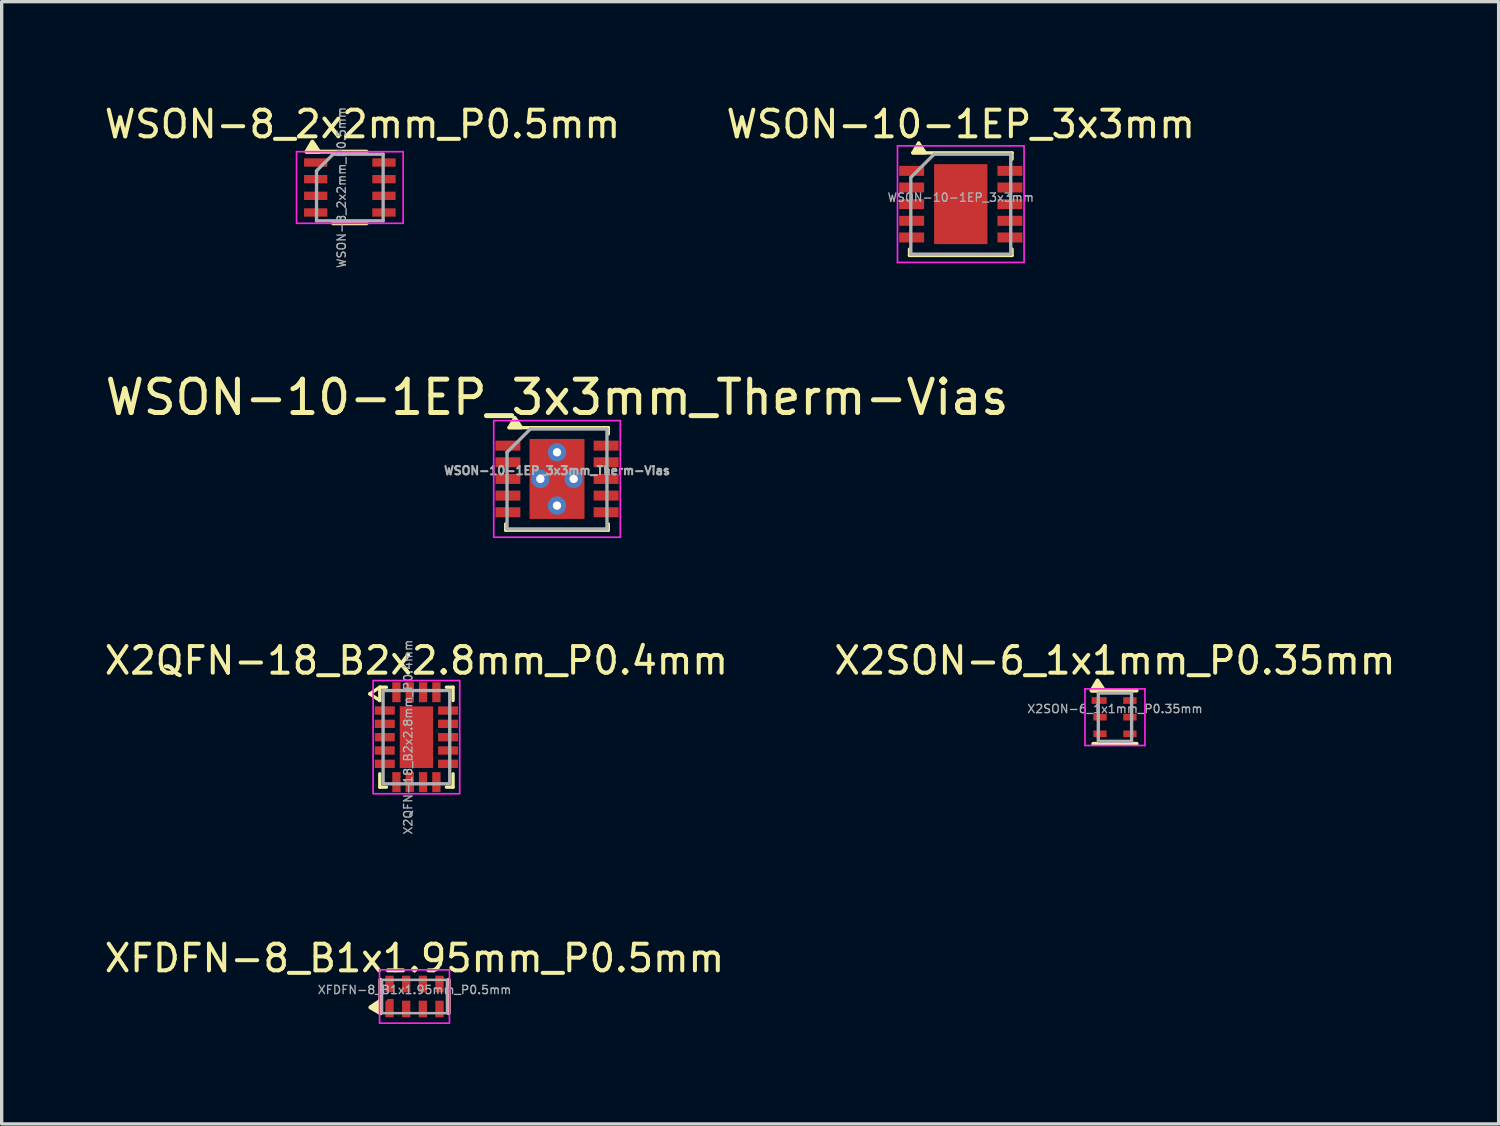
<source format=kicad_pcb>
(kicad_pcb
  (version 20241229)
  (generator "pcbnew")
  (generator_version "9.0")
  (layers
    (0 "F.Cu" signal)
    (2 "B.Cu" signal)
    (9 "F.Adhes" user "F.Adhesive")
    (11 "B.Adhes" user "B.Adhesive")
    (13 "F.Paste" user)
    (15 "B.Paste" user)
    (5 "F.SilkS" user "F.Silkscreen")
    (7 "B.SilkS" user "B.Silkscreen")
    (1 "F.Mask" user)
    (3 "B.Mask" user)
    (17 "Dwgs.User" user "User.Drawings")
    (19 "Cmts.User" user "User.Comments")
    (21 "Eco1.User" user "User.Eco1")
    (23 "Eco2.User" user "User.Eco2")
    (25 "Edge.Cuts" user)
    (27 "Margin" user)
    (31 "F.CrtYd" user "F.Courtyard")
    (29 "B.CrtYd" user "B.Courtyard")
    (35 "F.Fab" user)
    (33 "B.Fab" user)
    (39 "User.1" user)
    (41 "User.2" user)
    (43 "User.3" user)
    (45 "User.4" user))
  (footprint "WSON-10-1EP_3x3mm_Therm-Vias"
    (layer "F.Cu")
    (at 13.673 11.329)
    (property "Reference" "WSON-10-1EP_3x3mm_Therm-Vias" (at 0 -2.45 0) (layer "F.SilkS") (effects (font (size 1 1) (thickness 0.15))))
    (attr smd)
    (fp_line (start -1.54 1.54) (end -1.54 1.35) (stroke (width 0.1) (type default)) (layer "F.SilkS"))
    (fp_line (start -1.54 1.54) (end 1.54 1.54) (stroke (width 0.1) (type solid)) (layer "F.SilkS"))
    (fp_line (start -1.44 -1.54) (end 1.54 -1.54) (stroke (width 0.1) (type solid)) (layer "F.SilkS"))
    (fp_line (start 1.54 -1.54) (end 1.54 -1.35) (stroke (width 0.1) (type default)) (layer "F.SilkS"))
    (fp_line (start 1.54 1.54) (end 1.54 1.35) (stroke (width 0.1) (type default)) (layer "F.SilkS"))
    (fp_poly (pts (xy -1.44 -1.54) (xy -1.265 -1.84) (xy -1.065 -1.54)) (stroke (width 0.1) (type solid)) (fill yes) (layer "F.SilkS"))
    (fp_line (start -1.9 -1.75) (end -1.9 1.75) (stroke (width 0.05) (type solid)) (layer "F.CrtYd"))
    (fp_line (start -1.9 -1.75) (end 1.9 -1.75) (stroke (width 0.05) (type solid)) (layer "F.CrtYd"))
    (fp_line (start -1.9 1.75) (end 1.9 1.75) (stroke (width 0.05) (type solid)) (layer "F.CrtYd"))
    (fp_line (start 1.9 -1.75) (end 1.9 1.75) (stroke (width 0.05) (type solid)) (layer "F.CrtYd"))
    (fp_line (start -1.5 1.5) (end -1.5 -0.8) (stroke (width 0.1) (type solid)) (layer "F.Fab"))
    (fp_line (start -0.8 -1.5) (end -1.5 -0.8) (stroke (width 0.1) (type solid)) (layer "F.Fab"))
    (fp_line (start -0.8 -1.5) (end 1.5 -1.5) (stroke (width 0.1) (type solid)) (layer "F.Fab"))
    (fp_line (start 1.5 -1.5) (end 1.5 1.5) (stroke (width 0.1) (type solid)) (layer "F.Fab"))
    (fp_line (start 1.5 1.5) (end -1.5 1.5) (stroke (width 0.1) (type solid)) (layer "F.Fab"))
    (fp_text user "${REFERENCE}" (at 0 -0.25 0) (layer "F.Fab") (effects (font (size 0.25 0.25) (thickness 0.062))))
    (pad "" smd rect (at -0.405 -0.5) (size 0.59 0.8) (layers "F.Paste"))
    (pad "" smd rect (at -0.405 0.5) (size 0.59 0.8) (layers "F.Paste"))
    (pad "" smd rect (at 0.405 -0.5) (size 0.59 0.8) (layers "F.Paste"))
    (pad "" smd rect (at 0.405 0.5) (size 0.59 0.8) (layers "F.Paste"))
    (pad "1" smd rect (at -1.475 -1) (size 0.75 0.3) (layers "F.Cu" "F.Mask" "F.Paste"))
    (pad "2" smd rect (at -1.475 -0.5) (size 0.75 0.3) (layers "F.Cu" "F.Mask" "F.Paste"))
    (pad "3" smd rect (at -1.475 0) (size 0.75 0.3) (layers "F.Cu" "F.Mask" "F.Paste"))
    (pad "4" smd rect (at -1.475 0.5) (size 0.75 0.3) (layers "F.Cu" "F.Mask" "F.Paste"))
    (pad "5" smd rect (at -1.475 1) (size 0.75 0.3) (layers "F.Cu" "F.Mask" "F.Paste"))
    (pad "6" smd rect (at 1.475 1) (size 0.75 0.3) (layers "F.Cu" "F.Mask" "F.Paste"))
    (pad "7" smd rect (at 1.475 0.5) (size 0.75 0.3) (layers "F.Cu" "F.Mask" "F.Paste"))
    (pad "8" smd rect (at 1.475 0) (size 0.75 0.3) (layers "F.Cu" "F.Mask" "F.Paste"))
    (pad "9" smd rect (at 1.475 -0.5) (size 0.75 0.3) (layers "F.Cu" "F.Mask" "F.Paste"))
    (pad "10" smd rect (at 1.475 -1) (size 0.75 0.3) (layers "F.Cu" "F.Mask" "F.Paste"))
    (pad "11" thru_hole circle (at -0.5 0) (size 0.55 0.55) (drill 0.25) (layers "*.Cu" "*.Mask"))
    (pad "11" thru_hole circle (at 0 -0.8) (size 0.55 0.55) (drill 0.25) (layers "*.Cu" "*.Mask"))
    (pad "11" smd rect (at 0 0) (size 1.65 2.4) (layers "F.Cu" "F.Mask"))
    (pad "11" thru_hole circle (at 0 0.8) (size 0.55 0.55) (drill 0.25) (layers "*.Cu" "*.Mask"))
    (pad "11" thru_hole circle (at 0.5 0) (size 0.55 0.55) (drill 0.25) (layers "*.Cu" "*.Mask")))
  (footprint "XFDFN-8_B1x1.95mm_P0.5mm"
    (layer "F.Cu")
    (at 9.395 26.868)
    (property "Reference" "XFDFN-8_B1x1.95mm_P0.5mm" (at 0 -1.15 0) (unlocked yes) (layer "F.SilkS") (effects (font (size 0.8 0.8) (thickness 0.12))))
    (attr smd)
    (fp_line (start -1.025 -0.5) (end -1.025 0.5) (stroke (width 0.12) (type default)) (layer "F.SilkS"))
    (fp_line (start 1.025 -0.5) (end 1.025 0.5) (stroke (width 0.12) (type default)) (layer "F.SilkS"))
    (fp_poly (pts (xy -1.025 0.5) (xy -1.325 0.325) (xy -1.025 0.125)) (stroke (width 0.12) (type solid)) (fill yes) (layer "F.SilkS"))
    (fp_rect (start -1.05 -0.8) (end 1.05 0.8) (stroke (width 0.05) (type default)) (fill no) (layer "F.CrtYd"))
    (fp_rect (start -0.975 0.5) (end 0.975 -0.5) (stroke (width 0.075) (type default)) (fill no) (layer "F.Fab"))
    (fp_text user "${REFERENCE}" (at 0 -0.2 0) (unlocked yes) (layer "F.Fab") (effects (font (size 0.25 0.25) (thickness 0.04))))
    (pad "1" smd roundrect (at -0.75 0.35) (size 0.25 0.55) (layers "F.Cu" "F.Mask" "F.Paste") (roundrect_rratio 0) (chamfer_ratio 0.3) (chamfer top_left))
    (pad "2" smd rect (at -0.25 0.375) (size 0.25 0.5) (layers "F.Cu" "F.Mask" "F.Paste"))
    (pad "3" smd rect (at 0.25 0.375) (size 0.25 0.5) (layers "F.Cu" "F.Mask" "F.Paste"))
    (pad "4" smd rect (at 0.75 0.375) (size 0.25 0.5) (layers "F.Cu" "F.Mask" "F.Paste"))
    (pad "5" smd rect (at 0.75 -0.375) (size 0.25 0.5) (layers "F.Cu" "F.Mask" "F.Paste"))
    (pad "6" smd rect (at 0.25 -0.375) (size 0.25 0.5) (layers "F.Cu" "F.Mask" "F.Paste"))
    (pad "7" smd rect (at -0.25 -0.375) (size 0.25 0.5) (layers "F.Cu" "F.Mask" "F.Paste"))
    (pad "8" smd rect (at -0.75 -0.375) (size 0.25 0.5) (layers "F.Cu" "F.Mask" "F.Paste")))
  (footprint "WSON-8_2x2mm_P0.5mm"
    (layer "F.Cu")
    (at 7.453 2.579)
    (property "Reference" "WSON-8_2x2mm_P0.5mm" (at 0.38 -1.9 0) (layer "F.SilkS") (effects (font (size 0.8 0.8) (thickness 0.12))))
    (attr smd)
    (fp_line (start -1.3 -1.075) (end 0.5 -1.075) (stroke (width 0.12) (type solid)) (layer "F.SilkS"))
    (fp_line (start 0.5 1.075) (end -0.5 1.075) (stroke (width 0.12) (type solid)) (layer "F.SilkS"))
    (fp_poly (pts (xy -1.3 -1.075) (xy -1.125 -1.375) (xy -0.925 -1.075)) (stroke (width 0.12) (type solid)) (fill yes) (layer "F.SilkS"))
    (fp_line (start -1.6 -1.075) (end -1.6 1.075) (stroke (width 0.05) (type solid)) (layer "F.CrtYd"))
    (fp_line (start -1.6 -1.075) (end 1.6 -1.075) (stroke (width 0.05) (type solid)) (layer "F.CrtYd"))
    (fp_line (start -1.6 1.075) (end 1.6 1.075) (stroke (width 0.05) (type solid)) (layer "F.CrtYd"))
    (fp_line (start 1.6 -1.075) (end 1.6 1.075) (stroke (width 0.05) (type solid)) (layer "F.CrtYd"))
    (fp_line (start -1 1) (end -1 -0.5) (stroke (width 0.1) (type solid)) (layer "F.Fab"))
    (fp_line (start -0.5 -1) (end -1 -0.5) (stroke (width 0.1) (type solid)) (layer "F.Fab"))
    (fp_line (start -0.5 -1) (end 1 -1) (stroke (width 0.1) (type solid)) (layer "F.Fab"))
    (fp_line (start 1 -1) (end 1 1) (stroke (width 0.1) (type solid)) (layer "F.Fab"))
    (fp_line (start 1 1) (end -1 1) (stroke (width 0.1) (type solid)) (layer "F.Fab"))
    (fp_text user "${REFERENCE}" (at -0.25 0 90) (layer "F.Fab") (effects (font (size 0.25 0.25) (thickness 0.04))))
    (pad "1" smd rect (at -1.025 -0.75) (size 0.7 0.25) (layers "F.Cu" "F.Mask" "F.Paste"))
    (pad "2" smd rect (at -1.025 -0.25) (size 0.7 0.25) (layers "F.Cu" "F.Mask" "F.Paste"))
    (pad "3" smd rect (at -1.025 0.25) (size 0.7 0.25) (layers "F.Cu" "F.Mask" "F.Paste"))
    (pad "4" smd rect (at -1.025 0.75) (size 0.7 0.25) (layers "F.Cu" "F.Mask" "F.Paste"))
    (pad "5" smd rect (at 1.025 0.75) (size 0.7 0.25) (layers "F.Cu" "F.Mask" "F.Paste"))
    (pad "6" smd rect (at 1.025 0.25) (size 0.7 0.25) (layers "F.Cu" "F.Mask" "F.Paste"))
    (pad "7" smd rect (at 1.025 -0.25) (size 0.7 0.25) (layers "F.Cu" "F.Mask" "F.Paste"))
    (pad "8" smd rect (at 1.025 -0.75) (size 0.7 0.25) (layers "F.Cu" "F.Mask" "F.Paste")))
  (footprint "X2SON-6_1x1mm_P0.35mm"
    (layer "F.Cu")
    (at 30.424 18.482)
    (property "Reference" "X2SON-6_1x1mm_P0.35mm" (at 0 -1.7 0) (layer "F.SilkS") (effects (font (size 0.8 0.8) (thickness 0.12))))
    (attr smd)
    (fp_line (start -0.7 -0.8) (end 0.65 -0.8) (stroke (width 0.12) (type solid)) (layer "F.SilkS"))
    (fp_line (start -0.65 0.8) (end 0.65 0.8) (stroke (width 0.12) (type solid)) (layer "F.SilkS"))
    (fp_poly (pts (xy -0.7 -0.8) (xy -0.525 -1.1) (xy -0.325 -0.8)) (stroke (width 0.12) (type solid)) (fill yes) (layer "F.SilkS"))
    (fp_line (start -0.9 0.85) (end -0.9 -0.85) (stroke (width 0.05) (type solid)) (layer "F.CrtYd"))
    (fp_line (start -0.9 0.85) (end 0.9 0.85) (stroke (width 0.05) (type solid)) (layer "F.CrtYd"))
    (fp_line (start 0.9 -0.85) (end -0.9 -0.85) (stroke (width 0.05) (type solid)) (layer "F.CrtYd"))
    (fp_line (start 0.9 -0.85) (end 0.9 0.85) (stroke (width 0.05) (type solid)) (layer "F.CrtYd"))
    (fp_rect (start -0.5 0.725) (end 0.5 -0.725) (stroke (width 0.1) (type default)) (fill no) (layer "F.Fab"))
    (fp_text user "${REFERENCE}" (at 0 -0.25 0) (layer "F.Fab") (effects (font (size 0.25 0.25) (thickness 0.04) (bold yes))))
    (pad "1" smd rect (at -0.475 -0.5 270) (size 0.2 0.45) (layers "F.Cu" "F.Mask" "F.Paste"))
    (pad "2" smd rect (at -0.45 0 270) (size 0.2 0.4) (layers "F.Cu" "F.Mask" "F.Paste"))
    (pad "3" smd rect (at -0.45 0.5 270) (size 0.2 0.4) (layers "F.Cu" "F.Mask" "F.Paste"))
    (pad "4" smd rect (at 0.45 0.5 270) (size 0.2 0.4) (layers "F.Cu" "F.Mask" "F.Paste"))
    (pad "5" smd rect (at 0.45 0 270) (size 0.2 0.4) (layers "F.Cu" "F.Mask" "F.Paste"))
    (pad "6" smd rect (at 0.45 -0.5 270) (size 0.2 0.4) (layers "F.Cu" "F.Mask" "F.Paste")))
  (footprint "WSON-10-1EP_3x3mm"
    (layer "F.Cu")
    (at 25.795 3.079)
    (property "Reference" "WSON-10-1EP_3x3mm" (at 0 -2.4 0) (layer "F.SilkS") (effects (font (size 0.8 0.8) (thickness 0.12))))
    (attr smd)
    (fp_line (start -1.54 1.54) (end -1.54 1.35) (stroke (width 0.1) (type default)) (layer "F.SilkS"))
    (fp_line (start -1.54 1.54) (end 1.54 1.54) (stroke (width 0.1) (type solid)) (layer "F.SilkS"))
    (fp_line (start -1.44 -1.54) (end 1.54 -1.54) (stroke (width 0.1) (type solid)) (layer "F.SilkS"))
    (fp_line (start 1.54 -1.54) (end 1.54 -1.35) (stroke (width 0.1) (type default)) (layer "F.SilkS"))
    (fp_line (start 1.54 1.54) (end 1.54 1.35) (stroke (width 0.1) (type default)) (layer "F.SilkS"))
    (fp_poly (pts (xy -1.44 -1.54) (xy -1.265 -1.84) (xy -1.065 -1.54)) (stroke (width 0.1) (type solid)) (fill yes) (layer "F.SilkS"))
    (fp_line (start -1.9 -1.75) (end -1.9 1.75) (stroke (width 0.05) (type solid)) (layer "F.CrtYd"))
    (fp_line (start -1.9 -1.75) (end 1.9 -1.75) (stroke (width 0.05) (type solid)) (layer "F.CrtYd"))
    (fp_line (start -1.9 1.75) (end 1.9 1.75) (stroke (width 0.05) (type solid)) (layer "F.CrtYd"))
    (fp_line (start 1.9 -1.75) (end 1.9 1.75) (stroke (width 0.05) (type solid)) (layer "F.CrtYd"))
    (fp_line (start -1.5 1.5) (end -1.5 -0.8) (stroke (width 0.1) (type solid)) (layer "F.Fab"))
    (fp_line (start -0.8 -1.5) (end -1.5 -0.8) (stroke (width 0.1) (type solid)) (layer "F.Fab"))
    (fp_line (start -0.8 -1.5) (end 1.5 -1.5) (stroke (width 0.1) (type solid)) (layer "F.Fab"))
    (fp_line (start 1.5 -1.5) (end 1.5 1.5) (stroke (width 0.1) (type solid)) (layer "F.Fab"))
    (fp_line (start 1.5 1.5) (end -1.5 1.5) (stroke (width 0.1) (type solid)) (layer "F.Fab"))
    (fp_text user "${REFERENCE}" (at 0 -0.2 0) (layer "F.Fab") (effects (font (size 0.25 0.25) (thickness 0.04))))
    (pad "" smd rect (at -0.405 -0.5) (size 0.59 0.8) (layers "F.Paste"))
    (pad "" smd rect (at -0.405 0.5) (size 0.59 0.8) (layers "F.Paste"))
    (pad "" smd rect (at 0.405 -0.5) (size 0.59 0.8) (layers "F.Paste"))
    (pad "" smd rect (at 0.405 0.5) (size 0.59 0.8) (layers "F.Paste"))
    (pad "1" smd rect (at -1.475 -1) (size 0.75 0.3) (layers "F.Cu" "F.Mask" "F.Paste"))
    (pad "2" smd rect (at -1.475 -0.5) (size 0.75 0.3) (layers "F.Cu" "F.Mask" "F.Paste"))
    (pad "3" smd rect (at -1.475 0) (size 0.75 0.3) (layers "F.Cu" "F.Mask" "F.Paste"))
    (pad "4" smd rect (at -1.475 0.5) (size 0.75 0.3) (layers "F.Cu" "F.Mask" "F.Paste"))
    (pad "5" smd rect (at -1.475 1) (size 0.75 0.3) (layers "F.Cu" "F.Mask" "F.Paste"))
    (pad "6" smd rect (at 1.475 1) (size 0.75 0.3) (layers "F.Cu" "F.Mask" "F.Paste"))
    (pad "7" smd rect (at 1.475 0.5) (size 0.75 0.3) (layers "F.Cu" "F.Mask" "F.Paste"))
    (pad "8" smd rect (at 1.475 0) (size 0.75 0.3) (layers "F.Cu" "F.Mask" "F.Paste"))
    (pad "9" smd rect (at 1.475 -0.5) (size 0.75 0.3) (layers "F.Cu" "F.Mask" "F.Paste"))
    (pad "10" smd rect (at 1.475 -1) (size 0.75 0.3) (layers "F.Cu" "F.Mask" "F.Paste"))
    (pad "11" smd rect (at 0 0) (size 1.6 2.4) (layers "F.Cu" "F.Mask")))
  (footprint "X2QFN-18_B2x2.8mm_P0.4mm"
    (layer "F.Cu")
    (at 9.452 19.082)
    (property "Reference" "X2QFN-18_B2x2.8mm_P0.4mm" (at 0 -2.3 0) (unlocked yes) (layer "F.SilkS") (effects (font (size 0.8 0.8) (thickness 0.12))))
    (attr smd)
    (fp_line (start -1.4 -1.3) (end -1.1 -1.5) (stroke (width 0.1) (type default)) (layer "F.SilkS"))
    (fp_line (start -1.1 -1.5) (end -0.9 -1.5) (stroke (width 0.1) (type default)) (layer "F.SilkS"))
    (fp_line (start -1.1 -1.1) (end -1.4 -1.3) (stroke (width 0.1) (type default)) (layer "F.SilkS"))
    (fp_line (start -1.1 -1.1) (end -1.1 -1.5) (stroke (width 0.1) (type default)) (layer "F.SilkS"))
    (fp_line (start -1.1 1.1) (end -1.1 1.5) (stroke (width 0.1) (type default)) (layer "F.SilkS"))
    (fp_line (start -1.1 1.5) (end -0.9 1.5) (stroke (width 0.1) (type default)) (layer "F.SilkS"))
    (fp_line (start 1.1 -1.5) (end 0.9 -1.5) (stroke (width 0.1) (type default)) (layer "F.SilkS"))
    (fp_line (start 1.1 -1.1) (end 1.1 -1.5) (stroke (width 0.1) (type default)) (layer "F.SilkS"))
    (fp_line (start 1.1 1.1) (end 1.1 1.5) (stroke (width 0.1) (type default)) (layer "F.SilkS"))
    (fp_line (start 1.1 1.5) (end 0.9 1.5) (stroke (width 0.1) (type default)) (layer "F.SilkS"))
    (fp_rect (start -1.3 -1.7) (end 1.3 1.7) (stroke (width 0.05) (type default)) (fill no) (layer "F.CrtYd"))
    (fp_rect (start -1 -1.4) (end 1 1.4) (stroke (width 0.1) (type default)) (fill no) (layer "F.Fab"))
    (fp_text user "${REFERENCE}" (at -0.25 0 90) (unlocked yes) (layer "F.Fab") (effects (font (size 0.25 0.25) (thickness 0.04))))
    (pad "1" smd rect (at -0.95 -0.8) (size 0.6 0.25) (layers "F.Cu" "F.Mask" "F.Paste"))
    (pad "2" smd rect (at -0.95 -0.4) (size 0.6 0.25) (layers "F.Cu" "F.Mask" "F.Paste"))
    (pad "3" smd rect (at -0.95 0) (size 0.6 0.25) (layers "F.Cu" "F.Mask" "F.Paste"))
    (pad "4" smd rect (at -0.95 0.4) (size 0.6 0.25) (layers "F.Cu" "F.Mask" "F.Paste"))
    (pad "5" smd rect (at -0.95 0.8) (size 0.6 0.25) (layers "F.Cu" "F.Mask" "F.Paste"))
    (pad "6" smd rect (at -0.6 1.35 90) (size 0.6 0.25) (layers "F.Cu" "F.Mask" "F.Paste"))
    (pad "7" smd rect (at -0.2 1.35 90) (size 0.6 0.25) (layers "F.Cu" "F.Mask" "F.Paste"))
    (pad "8" smd rect (at 0.2 1.35 90) (size 0.6 0.25) (layers "F.Cu" "F.Mask" "F.Paste"))
    (pad "9" smd rect (at 0.6 1.35 90) (size 0.6 0.25) (layers "F.Cu" "F.Mask" "F.Paste"))
    (pad "10" smd rect (at 0.95 0.8) (size 0.6 0.25) (layers "F.Cu" "F.Mask" "F.Paste"))
    (pad "11" smd rect (at 0.95 0.4) (size 0.6 0.25) (layers "F.Cu" "F.Mask" "F.Paste"))
    (pad "12" smd rect (at 0.95 0) (size 0.6 0.25) (layers "F.Cu" "F.Mask" "F.Paste"))
    (pad "13" smd rect (at 0.95 -0.4) (size 0.6 0.25) (layers "F.Cu" "F.Mask" "F.Paste"))
    (pad "14" smd rect (at 0.95 -0.8) (size 0.6 0.25) (layers "F.Cu" "F.Mask" "F.Paste"))
    (pad "15" smd rect (at 0.6 -1.35 90) (size 0.6 0.25) (layers "F.Cu" "F.Mask" "F.Paste"))
    (pad "16" smd rect (at 0.2 -1.35 90) (size 0.6 0.25) (layers "F.Cu" "F.Mask" "F.Paste"))
    (pad "17" smd rect (at -0.2 -1.35 90) (size 0.6 0.25) (layers "F.Cu" "F.Mask" "F.Paste"))
    (pad "18" smd rect (at -0.6 -1.35 90) (size 0.6 0.25) (layers "F.Cu" "F.Mask" "F.Paste"))
    (pad "19" smd rect (at 0 0) (size 1 1.85) (layers "F.Cu" "F.Mask" "F.Paste")))
  (gr_rect
    (start -3 -3)
    (end 41.943 30.693)
    (stroke (width 0.1) (type default))
    (fill no)
    (layer "Edge.Cuts")))
</source>
